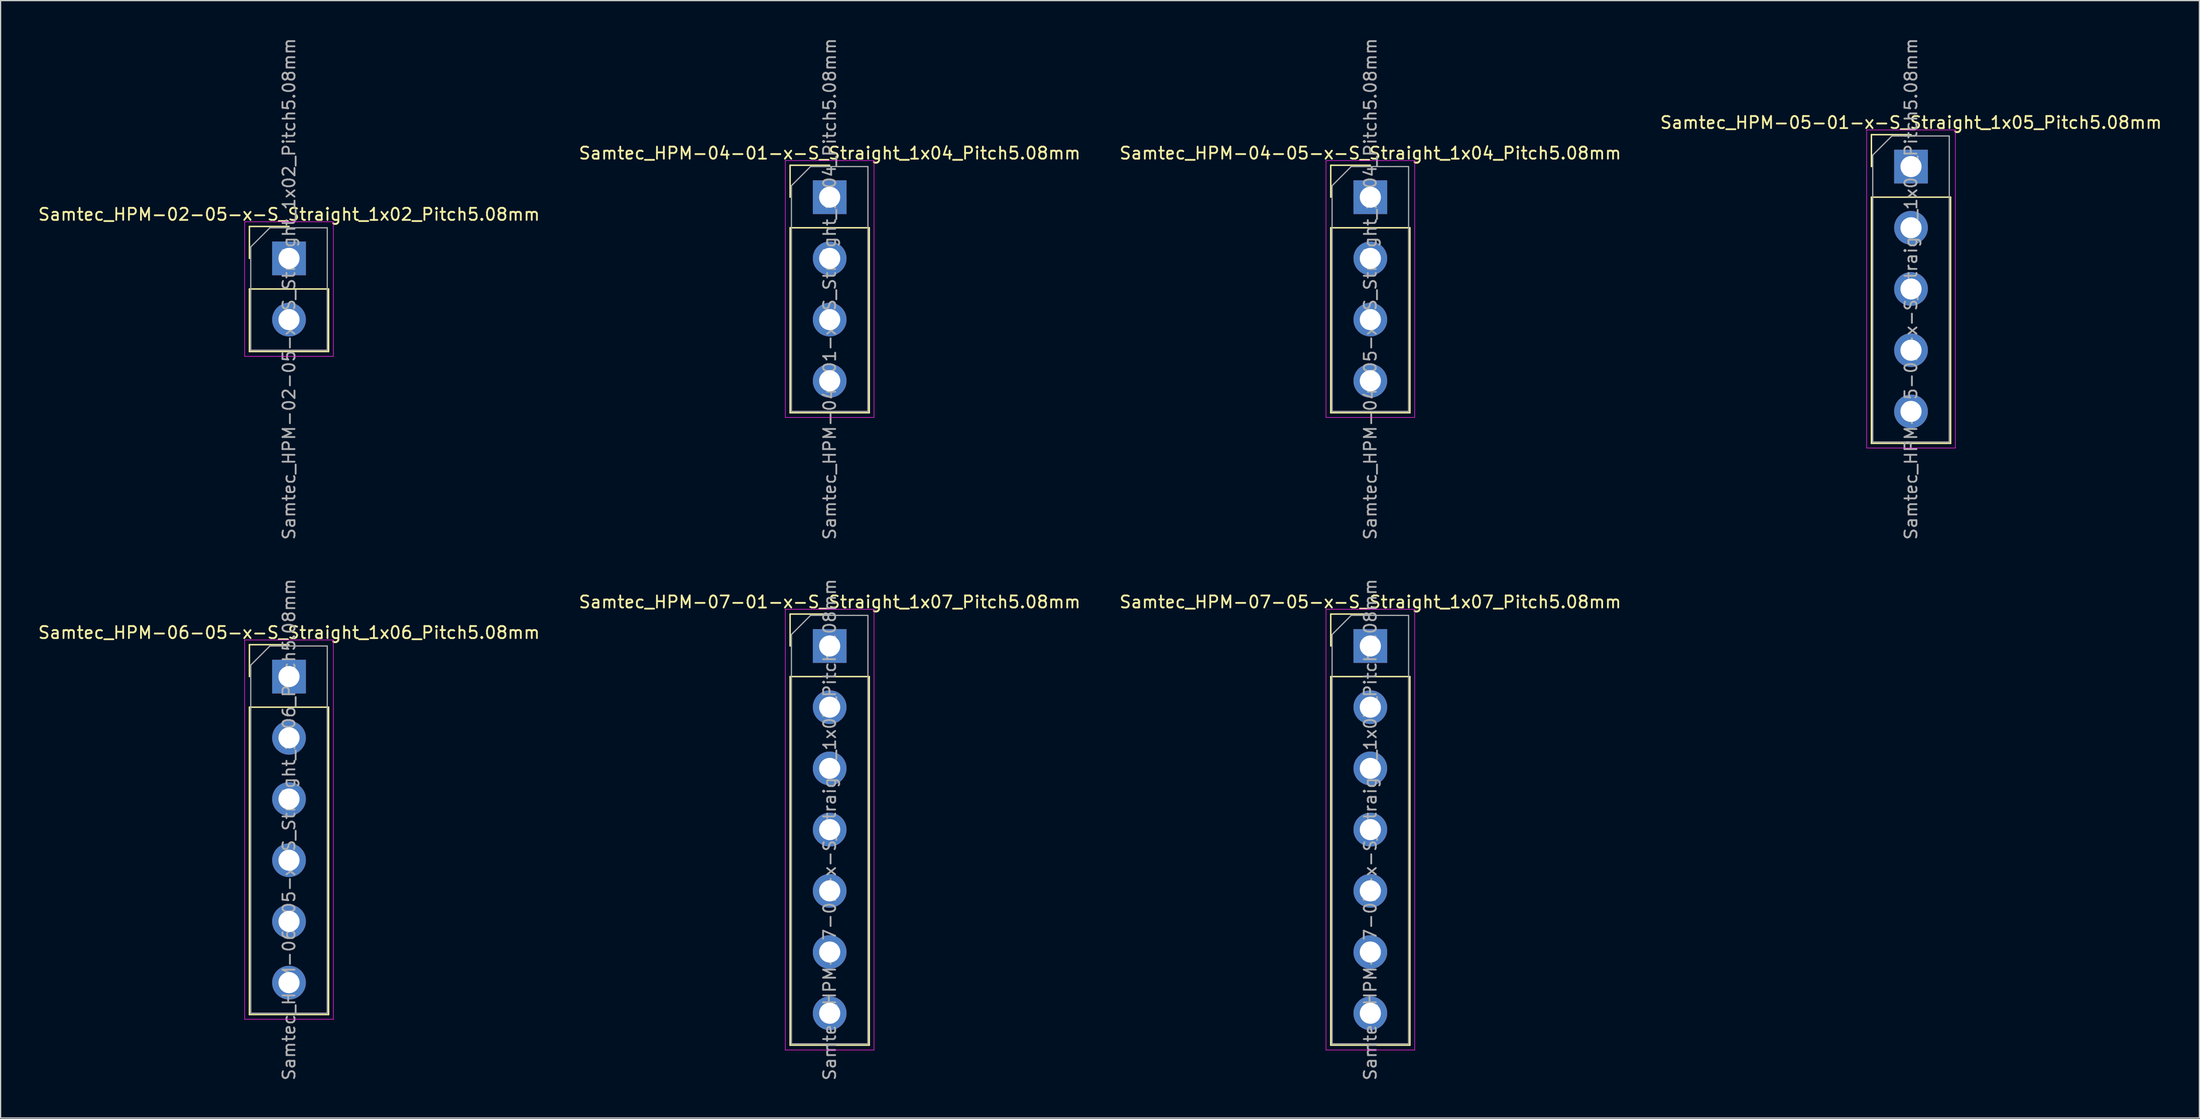
<source format=kicad_pcb>
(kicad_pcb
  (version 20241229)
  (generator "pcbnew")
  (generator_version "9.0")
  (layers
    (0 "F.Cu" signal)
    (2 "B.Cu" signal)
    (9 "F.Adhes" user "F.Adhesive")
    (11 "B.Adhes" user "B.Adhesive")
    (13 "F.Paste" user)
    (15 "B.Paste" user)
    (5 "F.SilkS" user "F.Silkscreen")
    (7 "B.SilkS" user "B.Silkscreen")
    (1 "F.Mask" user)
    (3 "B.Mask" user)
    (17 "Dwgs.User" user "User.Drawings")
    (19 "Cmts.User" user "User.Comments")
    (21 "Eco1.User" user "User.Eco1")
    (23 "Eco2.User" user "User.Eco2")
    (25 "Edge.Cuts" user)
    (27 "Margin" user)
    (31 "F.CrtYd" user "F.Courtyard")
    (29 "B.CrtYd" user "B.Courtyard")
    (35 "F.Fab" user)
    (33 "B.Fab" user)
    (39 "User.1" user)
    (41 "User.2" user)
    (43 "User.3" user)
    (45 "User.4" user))
  (footprint "Samtec_HPM-05-01-x-S_Straight_1x05_Pitch5.08mm"
    (layer "F.Cu")
    (at 155.542 10.775)
    (property "Reference" "Samtec_HPM-05-01-x-S_Straight_1x05_Pitch5.08mm" (at 0 -3.65 0) (layer "F.SilkS") (effects (font (size 1 1) (thickness 0.15))))
    (attr through_hole)
    (fp_line (start -3.285 -2.65) (end 0 -2.65) (stroke (width 0.12) (type solid)) (layer "F.SilkS"))
    (fp_line (start -3.285 0) (end -3.285 -2.65) (stroke (width 0.12) (type solid)) (layer "F.SilkS"))
    (fp_line (start -3.285 2.54) (end -3.285 22.97) (stroke (width 0.12) (type solid)) (layer "F.SilkS"))
    (fp_line (start -3.285 2.54) (end 3.285 2.54) (stroke (width 0.12) (type solid)) (layer "F.SilkS"))
    (fp_line (start -3.285 22.97) (end 3.285 22.97) (stroke (width 0.12) (type solid)) (layer "F.SilkS"))
    (fp_line (start 3.285 2.54) (end 3.285 22.97) (stroke (width 0.12) (type solid)) (layer "F.SilkS"))
    (fp_line (start -3.68 -3.04) (end -3.68 23.36) (stroke (width 0.05) (type solid)) (layer "F.CrtYd"))
    (fp_line (start -3.68 23.36) (end 3.68 23.36) (stroke (width 0.05) (type solid)) (layer "F.CrtYd"))
    (fp_line (start 3.68 -3.04) (end -3.68 -3.04) (stroke (width 0.05) (type solid)) (layer "F.CrtYd"))
    (fp_line (start 3.68 23.36) (end 3.68 -3.04) (stroke (width 0.05) (type solid)) (layer "F.CrtYd"))
    (fp_line (start -3.175 -0.953) (end -1.587 -2.54) (stroke (width 0.1) (type solid)) (layer "F.Fab"))
    (fp_line (start -3.175 22.86) (end -3.175 -0.953) (stroke (width 0.1) (type solid)) (layer "F.Fab"))
    (fp_line (start -1.587 -2.54) (end 3.175 -2.54) (stroke (width 0.1) (type solid)) (layer "F.Fab"))
    (fp_line (start 3.175 -2.54) (end 3.175 22.86) (stroke (width 0.1) (type solid)) (layer "F.Fab"))
    (fp_line (start 3.175 22.86) (end -3.175 22.86) (stroke (width 0.1) (type solid)) (layer "F.Fab"))
    (fp_text user "${REFERENCE}" (at 0 10.16 90) (layer "F.Fab") (effects (font (size 1 1) (thickness 0.15))))
    (pad "1" thru_hole rect (at 0 0) (size 2.8 2.8) (drill 1.75) (layers "*.Cu" "*.Mask"))
    (pad "2" thru_hole circle (at 0 5.08) (size 2.8 2.8) (drill 1.75) (layers "*.Cu" "*.Mask"))
    (pad "3" thru_hole circle (at 0 10.16) (size 2.8 2.8) (drill 1.75) (layers "*.Cu" "*.Mask"))
    (pad "4" thru_hole circle (at 0 15.24) (size 2.8 2.8) (drill 1.75) (layers "*.Cu" "*.Mask"))
    (pad "5" thru_hole circle (at 0 20.32) (size 2.8 2.8) (drill 1.75) (layers "*.Cu" "*.Mask")))
  (footprint "Samtec_HPM-04-01-x-S_Straight_1x04_Pitch5.08mm"
    (layer "F.Cu")
    (at 65.804 13.315)
    (property "Reference" "Samtec_HPM-04-01-x-S_Straight_1x04_Pitch5.08mm" (at 0 -3.65 0) (layer "F.SilkS") (effects (font (size 1 1) (thickness 0.15))))
    (attr through_hole)
    (fp_line (start -3.285 -2.65) (end 0 -2.65) (stroke (width 0.12) (type solid)) (layer "F.SilkS"))
    (fp_line (start -3.285 0) (end -3.285 -2.65) (stroke (width 0.12) (type solid)) (layer "F.SilkS"))
    (fp_line (start -3.285 2.54) (end -3.285 17.89) (stroke (width 0.12) (type solid)) (layer "F.SilkS"))
    (fp_line (start -3.285 2.54) (end 3.285 2.54) (stroke (width 0.12) (type solid)) (layer "F.SilkS"))
    (fp_line (start -3.285 17.89) (end 3.285 17.89) (stroke (width 0.12) (type solid)) (layer "F.SilkS"))
    (fp_line (start 3.285 2.54) (end 3.285 17.89) (stroke (width 0.12) (type solid)) (layer "F.SilkS"))
    (fp_line (start -3.68 -3.04) (end -3.68 18.28) (stroke (width 0.05) (type solid)) (layer "F.CrtYd"))
    (fp_line (start -3.68 18.28) (end 3.68 18.28) (stroke (width 0.05) (type solid)) (layer "F.CrtYd"))
    (fp_line (start 3.68 -3.04) (end -3.68 -3.04) (stroke (width 0.05) (type solid)) (layer "F.CrtYd"))
    (fp_line (start 3.68 18.28) (end 3.68 -3.04) (stroke (width 0.05) (type solid)) (layer "F.CrtYd"))
    (fp_line (start -3.175 -0.953) (end -1.587 -2.54) (stroke (width 0.1) (type solid)) (layer "F.Fab"))
    (fp_line (start -3.175 17.78) (end -3.175 -0.953) (stroke (width 0.1) (type solid)) (layer "F.Fab"))
    (fp_line (start -1.587 -2.54) (end 3.175 -2.54) (stroke (width 0.1) (type solid)) (layer "F.Fab"))
    (fp_line (start 3.175 -2.54) (end 3.175 17.78) (stroke (width 0.1) (type solid)) (layer "F.Fab"))
    (fp_line (start 3.175 17.78) (end -3.175 17.78) (stroke (width 0.1) (type solid)) (layer "F.Fab"))
    (fp_text user "${REFERENCE}" (at 0 7.62 90) (layer "F.Fab") (effects (font (size 1 1) (thickness 0.15))))
    (pad "1" thru_hole rect (at 0 0) (size 2.8 2.8) (drill 1.75) (layers "*.Cu" "*.Mask"))
    (pad "2" thru_hole circle (at 0 5.08) (size 2.8 2.8) (drill 1.75) (layers "*.Cu" "*.Mask"))
    (pad "3" thru_hole circle (at 0 10.16) (size 2.8 2.8) (drill 1.75) (layers "*.Cu" "*.Mask"))
    (pad "4" thru_hole circle (at 0 15.24) (size 2.8 2.8) (drill 1.75) (layers "*.Cu" "*.Mask")))
  (footprint "Samtec_HPM-07-01-x-S_Straight_1x07_Pitch5.08mm"
    (layer "F.Cu")
    (at 65.804 50.564)
    (property "Reference" "Samtec_HPM-07-01-x-S_Straight_1x07_Pitch5.08mm" (at 0 -3.65 0) (layer "F.SilkS") (effects (font (size 1 1) (thickness 0.15))))
    (attr through_hole)
    (fp_line (start -3.285 -2.65) (end 0 -2.65) (stroke (width 0.12) (type solid)) (layer "F.SilkS"))
    (fp_line (start -3.285 0) (end -3.285 -2.65) (stroke (width 0.12) (type solid)) (layer "F.SilkS"))
    (fp_line (start -3.285 2.54) (end -3.285 33.13) (stroke (width 0.12) (type solid)) (layer "F.SilkS"))
    (fp_line (start -3.285 2.54) (end 3.285 2.54) (stroke (width 0.12) (type solid)) (layer "F.SilkS"))
    (fp_line (start -3.285 33.13) (end 3.285 33.13) (stroke (width 0.12) (type solid)) (layer "F.SilkS"))
    (fp_line (start 3.285 2.54) (end 3.285 33.13) (stroke (width 0.12) (type solid)) (layer "F.SilkS"))
    (fp_line (start -3.68 -3.05) (end -3.68 33.53) (stroke (width 0.05) (type solid)) (layer "F.CrtYd"))
    (fp_line (start -3.68 33.53) (end 3.68 33.53) (stroke (width 0.05) (type solid)) (layer "F.CrtYd"))
    (fp_line (start 3.68 -3.05) (end -3.68 -3.05) (stroke (width 0.05) (type solid)) (layer "F.CrtYd"))
    (fp_line (start 3.68 33.53) (end 3.68 -3.05) (stroke (width 0.05) (type solid)) (layer "F.CrtYd"))
    (fp_line (start -3.175 -0.953) (end -1.587 -2.54) (stroke (width 0.1) (type solid)) (layer "F.Fab"))
    (fp_line (start -3.175 33.02) (end -3.175 -0.953) (stroke (width 0.1) (type solid)) (layer "F.Fab"))
    (fp_line (start -1.587 -2.54) (end 3.175 -2.54) (stroke (width 0.1) (type solid)) (layer "F.Fab"))
    (fp_line (start 3.175 -2.54) (end 3.175 33.02) (stroke (width 0.1) (type solid)) (layer "F.Fab"))
    (fp_line (start 3.175 33.02) (end -3.175 33.02) (stroke (width 0.1) (type solid)) (layer "F.Fab"))
    (fp_text user "${REFERENCE}" (at 0 15.24 90) (layer "F.Fab") (effects (font (size 1 1) (thickness 0.15))))
    (pad "1" thru_hole rect (at 0 0) (size 2.8 2.8) (drill 1.75) (layers "*.Cu" "*.Mask"))
    (pad "2" thru_hole circle (at 0 5.08) (size 2.8 2.8) (drill 1.75) (layers "*.Cu" "*.Mask"))
    (pad "3" thru_hole circle (at 0 10.16) (size 2.8 2.8) (drill 1.75) (layers "*.Cu" "*.Mask"))
    (pad "4" thru_hole circle (at 0 15.24) (size 2.8 2.8) (drill 1.75) (layers "*.Cu" "*.Mask"))
    (pad "5" thru_hole circle (at 0 20.32) (size 2.8 2.8) (drill 1.75) (layers "*.Cu" "*.Mask"))
    (pad "6" thru_hole circle (at 0 25.4) (size 2.8 2.8) (drill 1.75) (layers "*.Cu" "*.Mask"))
    (pad "7" thru_hole circle (at 0 30.48) (size 2.8 2.8) (drill 1.75) (layers "*.Cu" "*.Mask")))
  (footprint "Samtec_HPM-04-05-x-S_Straight_1x04_Pitch5.08mm"
    (layer "F.Cu")
    (at 110.673 13.315)
    (property "Reference" "Samtec_HPM-04-05-x-S_Straight_1x04_Pitch5.08mm" (at 0 -3.65 0) (layer "F.SilkS") (effects (font (size 1 1) (thickness 0.15))))
    (attr through_hole)
    (fp_line (start -3.285 -2.65) (end 0 -2.65) (stroke (width 0.12) (type solid)) (layer "F.SilkS"))
    (fp_line (start -3.285 0) (end -3.285 -2.65) (stroke (width 0.12) (type solid)) (layer "F.SilkS"))
    (fp_line (start -3.285 2.54) (end -3.285 17.89) (stroke (width 0.12) (type solid)) (layer "F.SilkS"))
    (fp_line (start -3.285 2.54) (end 3.285 2.54) (stroke (width 0.12) (type solid)) (layer "F.SilkS"))
    (fp_line (start -3.285 17.89) (end 3.285 17.89) (stroke (width 0.12) (type solid)) (layer "F.SilkS"))
    (fp_line (start 3.285 2.54) (end 3.285 17.89) (stroke (width 0.12) (type solid)) (layer "F.SilkS"))
    (fp_line (start -3.68 -3.04) (end -3.68 18.28) (stroke (width 0.05) (type solid)) (layer "F.CrtYd"))
    (fp_line (start -3.68 18.28) (end 3.68 18.28) (stroke (width 0.05) (type solid)) (layer "F.CrtYd"))
    (fp_line (start 3.68 -3.04) (end -3.68 -3.04) (stroke (width 0.05) (type solid)) (layer "F.CrtYd"))
    (fp_line (start 3.68 18.28) (end 3.68 -3.04) (stroke (width 0.05) (type solid)) (layer "F.CrtYd"))
    (fp_line (start -3.175 -0.953) (end -1.587 -2.54) (stroke (width 0.1) (type solid)) (layer "F.Fab"))
    (fp_line (start -3.175 17.78) (end -3.175 -0.953) (stroke (width 0.1) (type solid)) (layer "F.Fab"))
    (fp_line (start -1.587 -2.54) (end 3.175 -2.54) (stroke (width 0.1) (type solid)) (layer "F.Fab"))
    (fp_line (start 3.175 -2.54) (end 3.175 17.78) (stroke (width 0.1) (type solid)) (layer "F.Fab"))
    (fp_line (start 3.175 17.78) (end -3.175 17.78) (stroke (width 0.1) (type solid)) (layer "F.Fab"))
    (fp_text user "${REFERENCE}" (at 0 7.62 90) (layer "F.Fab") (effects (font (size 1 1) (thickness 0.15))))
    (pad "1" thru_hole rect (at 0 0) (size 2.8 2.8) (drill 1.75) (layers "*.Cu" "*.Mask"))
    (pad "2" thru_hole circle (at 0 5.08) (size 2.8 2.8) (drill 1.75) (layers "*.Cu" "*.Mask"))
    (pad "3" thru_hole circle (at 0 10.16) (size 2.8 2.8) (drill 1.75) (layers "*.Cu" "*.Mask"))
    (pad "4" thru_hole circle (at 0 15.24) (size 2.8 2.8) (drill 1.75) (layers "*.Cu" "*.Mask")))
  (footprint "Samtec_HPM-02-05-x-S_Straight_1x02_Pitch5.08mm"
    (layer "F.Cu")
    (at 20.935 18.395)
    (property "Reference" "Samtec_HPM-02-05-x-S_Straight_1x02_Pitch5.08mm" (at 0 -3.65 0) (layer "F.SilkS") (effects (font (size 1 1) (thickness 0.15))))
    (attr through_hole)
    (fp_line (start -3.285 -2.65) (end 0 -2.65) (stroke (width 0.12) (type solid)) (layer "F.SilkS"))
    (fp_line (start -3.285 0) (end -3.285 -2.65) (stroke (width 0.12) (type solid)) (layer "F.SilkS"))
    (fp_line (start -3.285 2.54) (end -3.285 7.73) (stroke (width 0.12) (type solid)) (layer "F.SilkS"))
    (fp_line (start -3.285 2.54) (end 3.285 2.54) (stroke (width 0.12) (type solid)) (layer "F.SilkS"))
    (fp_line (start -3.285 7.73) (end 3.285 7.73) (stroke (width 0.12) (type solid)) (layer "F.SilkS"))
    (fp_line (start 3.285 2.54) (end 3.285 7.73) (stroke (width 0.12) (type solid)) (layer "F.SilkS"))
    (fp_line (start -3.68 -3.04) (end -3.68 8.13) (stroke (width 0.05) (type solid)) (layer "F.CrtYd"))
    (fp_line (start -3.68 8.13) (end 3.68 8.13) (stroke (width 0.05) (type solid)) (layer "F.CrtYd"))
    (fp_line (start 3.68 -3.04) (end -3.68 -3.04) (stroke (width 0.05) (type solid)) (layer "F.CrtYd"))
    (fp_line (start 3.68 8.13) (end 3.68 -3.04) (stroke (width 0.05) (type solid)) (layer "F.CrtYd"))
    (fp_line (start -3.175 -0.953) (end -1.587 -2.54) (stroke (width 0.1) (type solid)) (layer "F.Fab"))
    (fp_line (start -3.175 7.62) (end -3.175 -0.953) (stroke (width 0.1) (type solid)) (layer "F.Fab"))
    (fp_line (start -1.587 -2.54) (end 3.175 -2.54) (stroke (width 0.1) (type solid)) (layer "F.Fab"))
    (fp_line (start 3.175 -2.54) (end 3.175 7.62) (stroke (width 0.1) (type solid)) (layer "F.Fab"))
    (fp_line (start 3.175 7.62) (end -3.175 7.62) (stroke (width 0.1) (type solid)) (layer "F.Fab"))
    (fp_text user "${REFERENCE}" (at 0 2.54 90) (layer "F.Fab") (effects (font (size 1 1) (thickness 0.15))))
    (pad "1" thru_hole rect (at 0 0) (size 2.8 2.8) (drill 1.75) (layers "*.Cu" "*.Mask"))
    (pad "2" thru_hole circle (at 0 5.08) (size 2.8 2.8) (drill 1.75) (layers "*.Cu" "*.Mask")))
  (footprint "Samtec_HPM-07-05-x-S_Straight_1x07_Pitch5.08mm"
    (layer "F.Cu")
    (at 110.673 50.564)
    (property "Reference" "Samtec_HPM-07-05-x-S_Straight_1x07_Pitch5.08mm" (at 0 -3.65 0) (layer "F.SilkS") (effects (font (size 1 1) (thickness 0.15))))
    (attr through_hole)
    (fp_line (start -3.285 -2.65) (end 0 -2.65) (stroke (width 0.12) (type solid)) (layer "F.SilkS"))
    (fp_line (start -3.285 0) (end -3.285 -2.65) (stroke (width 0.12) (type solid)) (layer "F.SilkS"))
    (fp_line (start -3.285 2.54) (end -3.285 33.13) (stroke (width 0.12) (type solid)) (layer "F.SilkS"))
    (fp_line (start -3.285 2.54) (end 3.285 2.54) (stroke (width 0.12) (type solid)) (layer "F.SilkS"))
    (fp_line (start -3.285 33.13) (end 3.285 33.13) (stroke (width 0.12) (type solid)) (layer "F.SilkS"))
    (fp_line (start 3.285 2.54) (end 3.285 33.13) (stroke (width 0.12) (type solid)) (layer "F.SilkS"))
    (fp_line (start -3.68 -3.05) (end -3.68 33.53) (stroke (width 0.05) (type solid)) (layer "F.CrtYd"))
    (fp_line (start -3.68 33.53) (end 3.68 33.53) (stroke (width 0.05) (type solid)) (layer "F.CrtYd"))
    (fp_line (start 3.68 -3.05) (end -3.68 -3.05) (stroke (width 0.05) (type solid)) (layer "F.CrtYd"))
    (fp_line (start 3.68 33.53) (end 3.68 -3.05) (stroke (width 0.05) (type solid)) (layer "F.CrtYd"))
    (fp_line (start -3.175 -0.953) (end -1.587 -2.54) (stroke (width 0.1) (type solid)) (layer "F.Fab"))
    (fp_line (start -3.175 33.02) (end -3.175 -0.953) (stroke (width 0.1) (type solid)) (layer "F.Fab"))
    (fp_line (start -1.587 -2.54) (end 3.175 -2.54) (stroke (width 0.1) (type solid)) (layer "F.Fab"))
    (fp_line (start 3.175 -2.54) (end 3.175 33.02) (stroke (width 0.1) (type solid)) (layer "F.Fab"))
    (fp_line (start 3.175 33.02) (end -3.175 33.02) (stroke (width 0.1) (type solid)) (layer "F.Fab"))
    (fp_text user "${REFERENCE}" (at 0 15.24 90) (layer "F.Fab") (effects (font (size 1 1) (thickness 0.15))))
    (pad "1" thru_hole rect (at 0 0) (size 2.8 2.8) (drill 1.75) (layers "*.Cu" "*.Mask"))
    (pad "2" thru_hole circle (at 0 5.08) (size 2.8 2.8) (drill 1.75) (layers "*.Cu" "*.Mask"))
    (pad "3" thru_hole circle (at 0 10.16) (size 2.8 2.8) (drill 1.75) (layers "*.Cu" "*.Mask"))
    (pad "4" thru_hole circle (at 0 15.24) (size 2.8 2.8) (drill 1.75) (layers "*.Cu" "*.Mask"))
    (pad "5" thru_hole circle (at 0 20.32) (size 2.8 2.8) (drill 1.75) (layers "*.Cu" "*.Mask"))
    (pad "6" thru_hole circle (at 0 25.4) (size 2.8 2.8) (drill 1.75) (layers "*.Cu" "*.Mask"))
    (pad "7" thru_hole circle (at 0 30.48) (size 2.8 2.8) (drill 1.75) (layers "*.Cu" "*.Mask")))
  (footprint "Samtec_HPM-06-05-x-S_Straight_1x06_Pitch5.08mm"
    (layer "F.Cu")
    (at 20.935 53.104)
    (property "Reference" "Samtec_HPM-06-05-x-S_Straight_1x06_Pitch5.08mm" (at 0 -3.65 0) (layer "F.SilkS") (effects (font (size 1 1) (thickness 0.15))))
    (attr through_hole)
    (fp_line (start -3.285 -2.65) (end 0 -2.65) (stroke (width 0.12) (type solid)) (layer "F.SilkS"))
    (fp_line (start -3.285 0) (end -3.285 -2.65) (stroke (width 0.12) (type solid)) (layer "F.SilkS"))
    (fp_line (start -3.285 2.54) (end -3.285 28.05) (stroke (width 0.12) (type solid)) (layer "F.SilkS"))
    (fp_line (start -3.285 2.54) (end 3.285 2.54) (stroke (width 0.12) (type solid)) (layer "F.SilkS"))
    (fp_line (start -3.285 28.05) (end 3.285 28.05) (stroke (width 0.12) (type solid)) (layer "F.SilkS"))
    (fp_line (start 3.285 2.54) (end 3.285 28.05) (stroke (width 0.12) (type solid)) (layer "F.SilkS"))
    (fp_line (start -3.68 -3.04) (end -3.68 28.44) (stroke (width 0.05) (type solid)) (layer "F.CrtYd"))
    (fp_line (start -3.68 28.44) (end 3.68 28.44) (stroke (width 0.05) (type solid)) (layer "F.CrtYd"))
    (fp_line (start 3.68 -3.04) (end -3.68 -3.04) (stroke (width 0.05) (type solid)) (layer "F.CrtYd"))
    (fp_line (start 3.68 28.44) (end 3.68 -3.04) (stroke (width 0.05) (type solid)) (layer "F.CrtYd"))
    (fp_line (start -3.175 -0.953) (end -1.587 -2.54) (stroke (width 0.1) (type solid)) (layer "F.Fab"))
    (fp_line (start -3.175 27.94) (end -3.175 -0.953) (stroke (width 0.1) (type solid)) (layer "F.Fab"))
    (fp_line (start -1.587 -2.54) (end 3.175 -2.54) (stroke (width 0.1) (type solid)) (layer "F.Fab"))
    (fp_line (start 3.175 -2.54) (end 3.175 27.94) (stroke (width 0.1) (type solid)) (layer "F.Fab"))
    (fp_line (start 3.175 27.94) (end -3.175 27.94) (stroke (width 0.1) (type solid)) (layer "F.Fab"))
    (fp_text user "${REFERENCE}" (at 0 12.7 90) (layer "F.Fab") (effects (font (size 1 1) (thickness 0.15))))
    (pad "1" thru_hole rect (at 0 0) (size 2.8 2.8) (drill 1.75) (layers "*.Cu" "*.Mask"))
    (pad "2" thru_hole circle (at 0 5.08) (size 2.8 2.8) (drill 1.75) (layers "*.Cu" "*.Mask"))
    (pad "3" thru_hole circle (at 0 10.16) (size 2.8 2.8) (drill 1.75) (layers "*.Cu" "*.Mask"))
    (pad "4" thru_hole circle (at 0 15.24) (size 2.8 2.8) (drill 1.75) (layers "*.Cu" "*.Mask"))
    (pad "5" thru_hole circle (at 0 20.32) (size 2.8 2.8) (drill 1.75) (layers "*.Cu" "*.Mask"))
    (pad "6" thru_hole circle (at 0 25.4) (size 2.8 2.8) (drill 1.75) (layers "*.Cu" "*.Mask")))
  (gr_rect
    (start -3 -3)
    (end 179.476 89.738)
    (stroke (width 0.1) (type default))
    (fill no)
    (layer "Edge.Cuts")))
</source>
